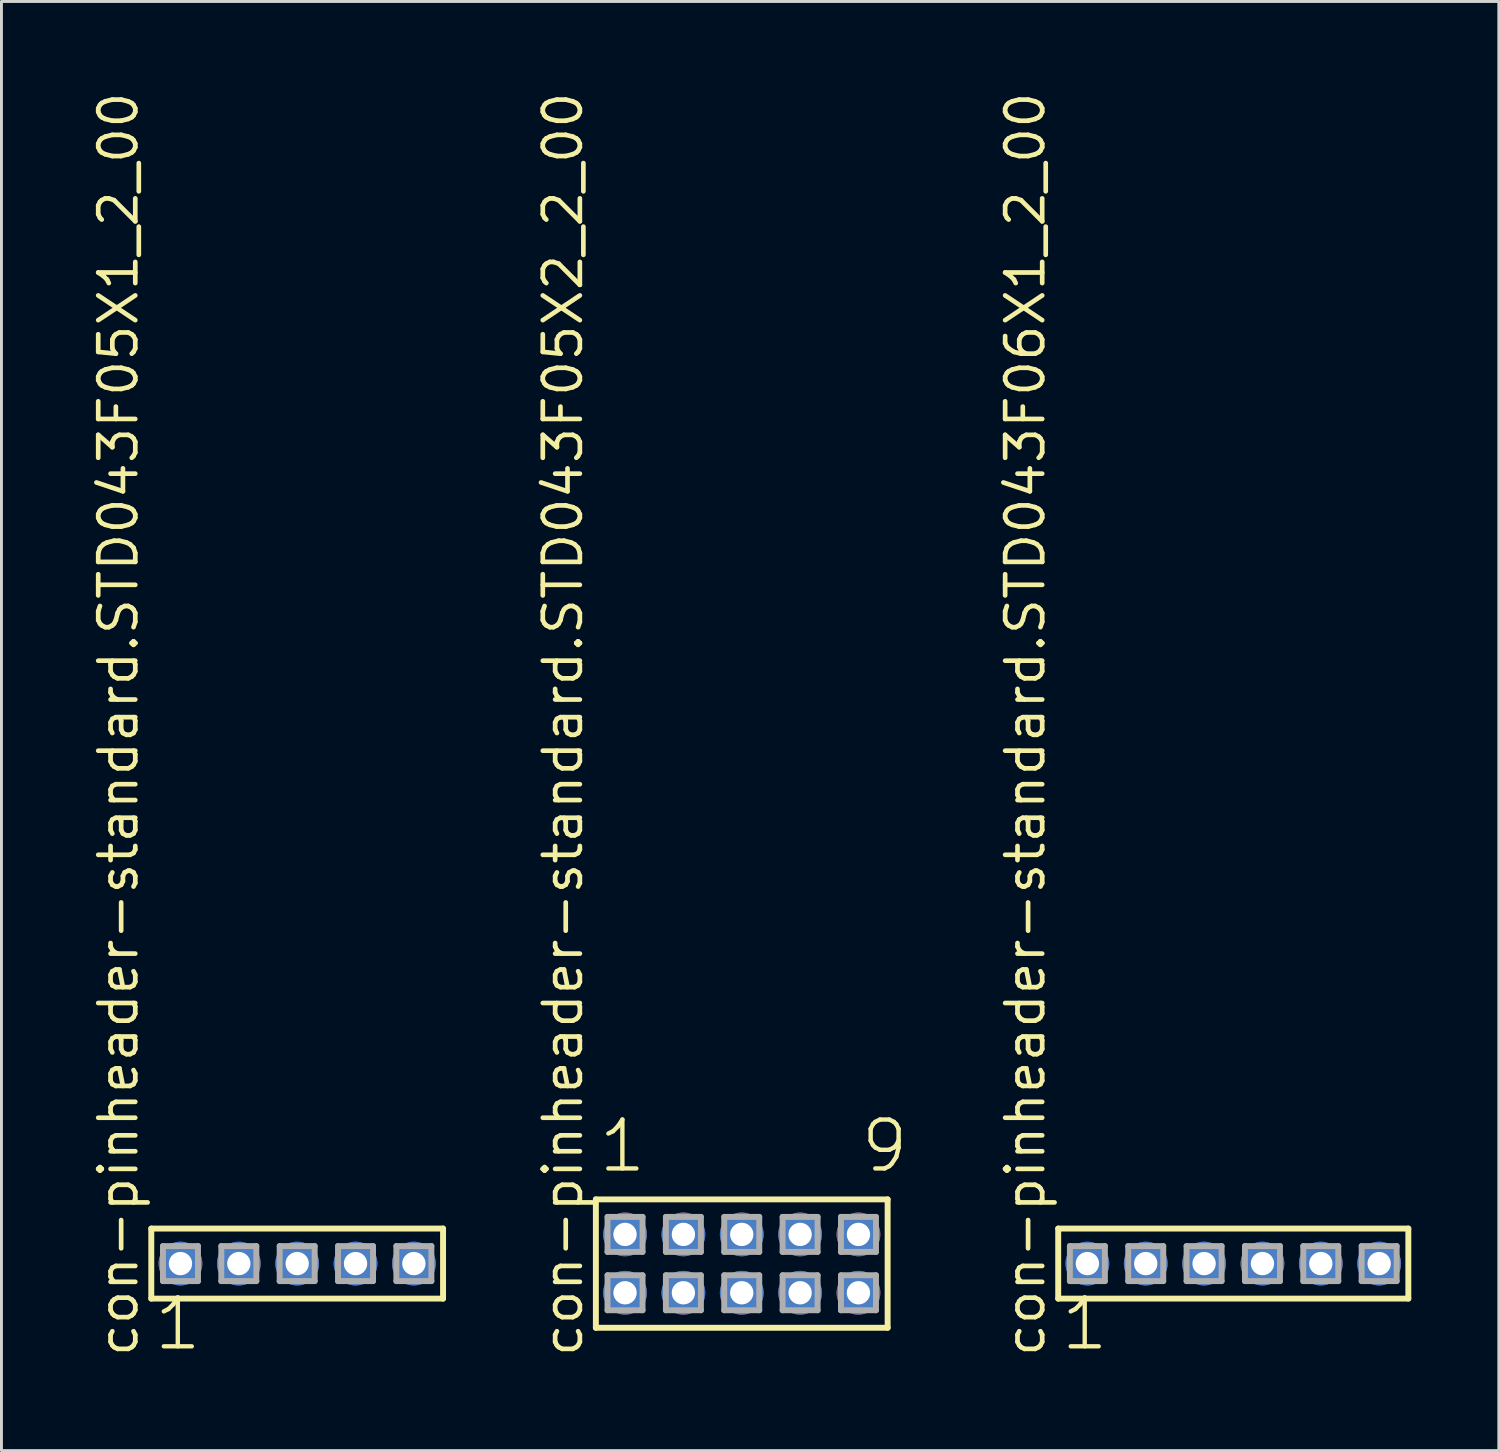
<source format=kicad_pcb>
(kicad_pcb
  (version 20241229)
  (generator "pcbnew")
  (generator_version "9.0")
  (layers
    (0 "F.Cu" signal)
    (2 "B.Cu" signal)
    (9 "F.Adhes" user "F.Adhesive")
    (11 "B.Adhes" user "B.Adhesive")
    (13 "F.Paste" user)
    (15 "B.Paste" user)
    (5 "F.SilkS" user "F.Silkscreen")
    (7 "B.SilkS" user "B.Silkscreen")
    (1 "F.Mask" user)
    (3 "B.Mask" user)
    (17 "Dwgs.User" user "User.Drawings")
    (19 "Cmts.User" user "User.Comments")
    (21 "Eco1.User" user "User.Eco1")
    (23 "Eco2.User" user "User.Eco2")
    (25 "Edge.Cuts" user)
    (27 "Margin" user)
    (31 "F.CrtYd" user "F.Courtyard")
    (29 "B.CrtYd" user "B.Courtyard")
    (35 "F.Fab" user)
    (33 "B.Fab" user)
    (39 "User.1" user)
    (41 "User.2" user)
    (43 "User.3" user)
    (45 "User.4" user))
  (footprint "con-pinheader-standard.STD043F05X2_2_00"
    (layer "F.Cu")
    (at 22.372 40.257)
    (property "Reference" "con-pinheader-standard.STD043F05X2_2_00" (at -5.385 3.27 90) (layer "F.SilkS") (effects (font (size 1.27 1.27) (thickness 0.16)) (justify left bottom)))
    (attr through_hole)
    (fp_line (start -5 -2.2) (end 5 -2.2) (stroke (width 0.203) (type default)) (layer "F.SilkS"))
    (fp_line (start -5 2.2) (end -5 -2.2) (stroke (width 0.203) (type default)) (layer "F.SilkS"))
    (fp_line (start 5 -2.2) (end 5 2.2) (stroke (width 0.203) (type default)) (layer "F.SilkS"))
    (fp_line (start 5 2.2) (end -5 2.2) (stroke (width 0.203) (type default)) (layer "F.SilkS"))
    (fp_line (start -4.6 -1.6) (end -3.4 -1.6) (stroke (width 0.203) (type default)) (layer "F.Fab"))
    (fp_line (start -4.6 -0.4) (end -4.6 -1.6) (stroke (width 0.203) (type default)) (layer "F.Fab"))
    (fp_line (start -4.6 0.4) (end -3.4 0.4) (stroke (width 0.203) (type default)) (layer "F.Fab"))
    (fp_line (start -4.6 1.6) (end -4.6 0.4) (stroke (width 0.203) (type default)) (layer "F.Fab"))
    (fp_line (start -3.4 -1.6) (end -3.4 -0.4) (stroke (width 0.203) (type default)) (layer "F.Fab"))
    (fp_line (start -3.4 -0.4) (end -4.6 -0.4) (stroke (width 0.203) (type default)) (layer "F.Fab"))
    (fp_line (start -3.4 0.4) (end -3.4 1.6) (stroke (width 0.203) (type default)) (layer "F.Fab"))
    (fp_line (start -3.4 1.6) (end -4.6 1.6) (stroke (width 0.203) (type default)) (layer "F.Fab"))
    (fp_line (start -2.6 -1.6) (end -1.4 -1.6) (stroke (width 0.203) (type default)) (layer "F.Fab"))
    (fp_line (start -2.6 -0.4) (end -2.6 -1.6) (stroke (width 0.203) (type default)) (layer "F.Fab"))
    (fp_line (start -2.6 0.4) (end -1.4 0.4) (stroke (width 0.203) (type default)) (layer "F.Fab"))
    (fp_line (start -2.6 1.6) (end -2.6 0.4) (stroke (width 0.203) (type default)) (layer "F.Fab"))
    (fp_line (start -1.4 -1.6) (end -1.4 -0.4) (stroke (width 0.203) (type default)) (layer "F.Fab"))
    (fp_line (start -1.4 -0.4) (end -2.6 -0.4) (stroke (width 0.203) (type default)) (layer "F.Fab"))
    (fp_line (start -1.4 0.4) (end -1.4 1.6) (stroke (width 0.203) (type default)) (layer "F.Fab"))
    (fp_line (start -1.4 1.6) (end -2.6 1.6) (stroke (width 0.203) (type default)) (layer "F.Fab"))
    (fp_line (start -0.6 -1.6) (end 0.6 -1.6) (stroke (width 0.203) (type default)) (layer "F.Fab"))
    (fp_line (start -0.6 -0.4) (end -0.6 -1.6) (stroke (width 0.203) (type default)) (layer "F.Fab"))
    (fp_line (start -0.6 0.4) (end 0.6 0.4) (stroke (width 0.203) (type default)) (layer "F.Fab"))
    (fp_line (start -0.6 1.6) (end -0.6 0.4) (stroke (width 0.203) (type default)) (layer "F.Fab"))
    (fp_line (start 0.6 -1.6) (end 0.6 -0.4) (stroke (width 0.203) (type default)) (layer "F.Fab"))
    (fp_line (start 0.6 -0.4) (end -0.6 -0.4) (stroke (width 0.203) (type default)) (layer "F.Fab"))
    (fp_line (start 0.6 0.4) (end 0.6 1.6) (stroke (width 0.203) (type default)) (layer "F.Fab"))
    (fp_line (start 0.6 1.6) (end -0.6 1.6) (stroke (width 0.203) (type default)) (layer "F.Fab"))
    (fp_line (start 1.4 -1.6) (end 2.6 -1.6) (stroke (width 0.203) (type default)) (layer "F.Fab"))
    (fp_line (start 1.4 -0.4) (end 1.4 -1.6) (stroke (width 0.203) (type default)) (layer "F.Fab"))
    (fp_line (start 1.4 0.4) (end 2.6 0.4) (stroke (width 0.203) (type default)) (layer "F.Fab"))
    (fp_line (start 1.4 1.6) (end 1.4 0.4) (stroke (width 0.203) (type default)) (layer "F.Fab"))
    (fp_line (start 2.6 -1.6) (end 2.6 -0.4) (stroke (width 0.203) (type default)) (layer "F.Fab"))
    (fp_line (start 2.6 -0.4) (end 1.4 -0.4) (stroke (width 0.203) (type default)) (layer "F.Fab"))
    (fp_line (start 2.6 0.4) (end 2.6 1.6) (stroke (width 0.203) (type default)) (layer "F.Fab"))
    (fp_line (start 2.6 1.6) (end 1.4 1.6) (stroke (width 0.203) (type default)) (layer "F.Fab"))
    (fp_line (start 3.4 -1.6) (end 4.6 -1.6) (stroke (width 0.203) (type default)) (layer "F.Fab"))
    (fp_line (start 3.4 -0.4) (end 3.4 -1.6) (stroke (width 0.203) (type default)) (layer "F.Fab"))
    (fp_line (start 3.4 0.4) (end 4.6 0.4) (stroke (width 0.203) (type default)) (layer "F.Fab"))
    (fp_line (start 3.4 1.6) (end 3.4 0.4) (stroke (width 0.203) (type default)) (layer "F.Fab"))
    (fp_line (start 4.6 -1.6) (end 4.6 -0.4) (stroke (width 0.203) (type default)) (layer "F.Fab"))
    (fp_line (start 4.6 -0.4) (end 3.4 -0.4) (stroke (width 0.203) (type default)) (layer "F.Fab"))
    (fp_line (start 4.6 0.4) (end 4.6 1.6) (stroke (width 0.203) (type default)) (layer "F.Fab"))
    (fp_line (start 4.6 1.6) (end 3.4 1.6) (stroke (width 0.203) (type default)) (layer "F.Fab"))
    (fp_text user "1" (at -4.988 -3.048 0) (layer "F.SilkS") (effects (font (size 1.676 1.676) (thickness 0.15)) (justify left bottom)))
    (fp_text user "9" (at 4 -3.048 0) (layer "F.SilkS") (effects (font (size 1.676 1.676) (thickness 0.15)) (justify left bottom)))
    (pad "1" thru_hole circle (at -4 -1) (size 1.5 1.5) (drill 0.8) (layers "*.Cu" "*.Mask"))
    (pad "2" thru_hole circle (at -4 1) (size 1.5 1.5) (drill 0.8) (layers "*.Cu" "*.Mask"))
    (pad "3" thru_hole circle (at -2 -1) (size 1.5 1.5) (drill 0.8) (layers "*.Cu" "*.Mask"))
    (pad "4" thru_hole circle (at -2 1) (size 1.5 1.5) (drill 0.8) (layers "*.Cu" "*.Mask"))
    (pad "5" thru_hole circle (at 0 -1) (size 1.5 1.5) (drill 0.8) (layers "*.Cu" "*.Mask"))
    (pad "6" thru_hole circle (at 0 1) (size 1.5 1.5) (drill 0.8) (layers "*.Cu" "*.Mask"))
    (pad "7" thru_hole circle (at 2 -1) (size 1.5 1.5) (drill 0.8) (layers "*.Cu" "*.Mask"))
    (pad "8" thru_hole circle (at 2 1) (size 1.5 1.5) (drill 0.8) (layers "*.Cu" "*.Mask"))
    (pad "9" thru_hole circle (at 4 -1) (size 1.5 1.5) (drill 0.8) (layers "*.Cu" "*.Mask"))
    (pad "10" thru_hole circle (at 4 1) (size 1.5 1.5) (drill 0.8) (layers "*.Cu" "*.Mask")))
  (footprint "con-pinheader-standard.STD043F06X1_2_00"
    (layer "F.Cu")
    (at 39.218 40.257)
    (property "Reference" "con-pinheader-standard.STD043F06X1_2_00" (at -6.385 3.27 90) (layer "F.SilkS") (effects (font (size 1.27 1.27) (thickness 0.16)) (justify left bottom)))
    (attr through_hole)
    (fp_line (start -6 -1.2) (end 6 -1.2) (stroke (width 0.203) (type default)) (layer "F.SilkS"))
    (fp_line (start -6 1.2) (end -6 -1.2) (stroke (width 0.203) (type default)) (layer "F.SilkS"))
    (fp_line (start 6 -1.2) (end 6 1.2) (stroke (width 0.203) (type default)) (layer "F.SilkS"))
    (fp_line (start 6 1.2) (end -6 1.2) (stroke (width 0.203) (type default)) (layer "F.SilkS"))
    (fp_line (start -5.6 -0.6) (end -4.4 -0.6) (stroke (width 0.203) (type default)) (layer "F.Fab"))
    (fp_line (start -5.6 0.6) (end -5.6 -0.6) (stroke (width 0.203) (type default)) (layer "F.Fab"))
    (fp_line (start -4.4 -0.6) (end -4.4 0.6) (stroke (width 0.203) (type default)) (layer "F.Fab"))
    (fp_line (start -4.4 0.6) (end -5.6 0.6) (stroke (width 0.203) (type default)) (layer "F.Fab"))
    (fp_line (start -3.6 -0.6) (end -2.4 -0.6) (stroke (width 0.203) (type default)) (layer "F.Fab"))
    (fp_line (start -3.6 0.6) (end -3.6 -0.6) (stroke (width 0.203) (type default)) (layer "F.Fab"))
    (fp_line (start -2.4 -0.6) (end -2.4 0.6) (stroke (width 0.203) (type default)) (layer "F.Fab"))
    (fp_line (start -2.4 0.6) (end -3.6 0.6) (stroke (width 0.203) (type default)) (layer "F.Fab"))
    (fp_line (start -1.6 -0.6) (end -0.4 -0.6) (stroke (width 0.203) (type default)) (layer "F.Fab"))
    (fp_line (start -1.6 0.6) (end -1.6 -0.6) (stroke (width 0.203) (type default)) (layer "F.Fab"))
    (fp_line (start -0.4 -0.6) (end -0.4 0.6) (stroke (width 0.203) (type default)) (layer "F.Fab"))
    (fp_line (start -0.4 0.6) (end -1.6 0.6) (stroke (width 0.203) (type default)) (layer "F.Fab"))
    (fp_line (start 0.4 -0.6) (end 1.6 -0.6) (stroke (width 0.203) (type default)) (layer "F.Fab"))
    (fp_line (start 0.4 0.6) (end 0.4 -0.6) (stroke (width 0.203) (type default)) (layer "F.Fab"))
    (fp_line (start 1.6 -0.6) (end 1.6 0.6) (stroke (width 0.203) (type default)) (layer "F.Fab"))
    (fp_line (start 1.6 0.6) (end 0.4 0.6) (stroke (width 0.203) (type default)) (layer "F.Fab"))
    (fp_line (start 2.4 -0.6) (end 3.6 -0.6) (stroke (width 0.203) (type default)) (layer "F.Fab"))
    (fp_line (start 2.4 0.6) (end 2.4 -0.6) (stroke (width 0.203) (type default)) (layer "F.Fab"))
    (fp_line (start 3.6 -0.6) (end 3.6 0.6) (stroke (width 0.203) (type default)) (layer "F.Fab"))
    (fp_line (start 3.6 0.6) (end 2.4 0.6) (stroke (width 0.203) (type default)) (layer "F.Fab"))
    (fp_line (start 4.4 -0.6) (end 5.6 -0.6) (stroke (width 0.203) (type default)) (layer "F.Fab"))
    (fp_line (start 4.4 0.6) (end 4.4 -0.6) (stroke (width 0.203) (type default)) (layer "F.Fab"))
    (fp_line (start 5.6 -0.6) (end 5.6 0.6) (stroke (width 0.203) (type default)) (layer "F.Fab"))
    (fp_line (start 5.6 0.6) (end 4.4 0.6) (stroke (width 0.203) (type default)) (layer "F.Fab"))
    (fp_text user "1" (at -5.988 3.048 0) (layer "F.SilkS") (effects (font (size 1.676 1.676) (thickness 0.15)) (justify left bottom)))
    (pad "1" thru_hole circle (at -5 0) (size 1.5 1.5) (drill 0.8) (layers "*.Cu" "*.Mask"))
    (pad "2" thru_hole circle (at -3 0) (size 1.5 1.5) (drill 0.8) (layers "*.Cu" "*.Mask"))
    (pad "3" thru_hole circle (at -1 0) (size 1.5 1.5) (drill 0.8) (layers "*.Cu" "*.Mask"))
    (pad "4" thru_hole circle (at 1 0) (size 1.5 1.5) (drill 0.8) (layers "*.Cu" "*.Mask"))
    (pad "5" thru_hole circle (at 3 0) (size 1.5 1.5) (drill 0.8) (layers "*.Cu" "*.Mask"))
    (pad "6" thru_hole circle (at 5 0) (size 1.5 1.5) (drill 0.8) (layers "*.Cu" "*.Mask")))
  (footprint "con-pinheader-standard.STD043F05X1_2_00"
    (layer "F.Cu")
    (at 7.135 40.257)
    (property "Reference" "con-pinheader-standard.STD043F05X1_2_00" (at -5.385 3.27 90) (layer "F.SilkS") (effects (font (size 1.27 1.27) (thickness 0.16)) (justify left bottom)))
    (attr through_hole)
    (fp_line (start -5 -1.2) (end 5 -1.2) (stroke (width 0.203) (type default)) (layer "F.SilkS"))
    (fp_line (start -5 1.2) (end -5 -1.2) (stroke (width 0.203) (type default)) (layer "F.SilkS"))
    (fp_line (start 5 -1.2) (end 5 1.2) (stroke (width 0.203) (type default)) (layer "F.SilkS"))
    (fp_line (start 5 1.2) (end -5 1.2) (stroke (width 0.203) (type default)) (layer "F.SilkS"))
    (fp_line (start -4.6 -0.6) (end -3.4 -0.6) (stroke (width 0.203) (type default)) (layer "F.Fab"))
    (fp_line (start -4.6 0.6) (end -4.6 -0.6) (stroke (width 0.203) (type default)) (layer "F.Fab"))
    (fp_line (start -3.4 -0.6) (end -3.4 0.6) (stroke (width 0.203) (type default)) (layer "F.Fab"))
    (fp_line (start -3.4 0.6) (end -4.6 0.6) (stroke (width 0.203) (type default)) (layer "F.Fab"))
    (fp_line (start -2.6 -0.6) (end -1.4 -0.6) (stroke (width 0.203) (type default)) (layer "F.Fab"))
    (fp_line (start -2.6 0.6) (end -2.6 -0.6) (stroke (width 0.203) (type default)) (layer "F.Fab"))
    (fp_line (start -1.4 -0.6) (end -1.4 0.6) (stroke (width 0.203) (type default)) (layer "F.Fab"))
    (fp_line (start -1.4 0.6) (end -2.6 0.6) (stroke (width 0.203) (type default)) (layer "F.Fab"))
    (fp_line (start -0.6 -0.6) (end 0.6 -0.6) (stroke (width 0.203) (type default)) (layer "F.Fab"))
    (fp_line (start -0.6 0.6) (end -0.6 -0.6) (stroke (width 0.203) (type default)) (layer "F.Fab"))
    (fp_line (start 0.6 -0.6) (end 0.6 0.6) (stroke (width 0.203) (type default)) (layer "F.Fab"))
    (fp_line (start 0.6 0.6) (end -0.6 0.6) (stroke (width 0.203) (type default)) (layer "F.Fab"))
    (fp_line (start 1.4 -0.6) (end 2.6 -0.6) (stroke (width 0.203) (type default)) (layer "F.Fab"))
    (fp_line (start 1.4 0.6) (end 1.4 -0.6) (stroke (width 0.203) (type default)) (layer "F.Fab"))
    (fp_line (start 2.6 -0.6) (end 2.6 0.6) (stroke (width 0.203) (type default)) (layer "F.Fab"))
    (fp_line (start 2.6 0.6) (end 1.4 0.6) (stroke (width 0.203) (type default)) (layer "F.Fab"))
    (fp_line (start 3.4 -0.6) (end 4.6 -0.6) (stroke (width 0.203) (type default)) (layer "F.Fab"))
    (fp_line (start 3.4 0.6) (end 3.4 -0.6) (stroke (width 0.203) (type default)) (layer "F.Fab"))
    (fp_line (start 4.6 -0.6) (end 4.6 0.6) (stroke (width 0.203) (type default)) (layer "F.Fab"))
    (fp_line (start 4.6 0.6) (end 3.4 0.6) (stroke (width 0.203) (type default)) (layer "F.Fab"))
    (fp_text user "1" (at -4.988 3.048 0) (layer "F.SilkS") (effects (font (size 1.676 1.676) (thickness 0.15)) (justify left bottom)))
    (pad "1" thru_hole circle (at -4 0) (size 1.5 1.5) (drill 0.8) (layers "*.Cu" "*.Mask"))
    (pad "2" thru_hole circle (at -2 0) (size 1.5 1.5) (drill 0.8) (layers "*.Cu" "*.Mask"))
    (pad "3" thru_hole circle (at 0 0) (size 1.5 1.5) (drill 0.8) (layers "*.Cu" "*.Mask"))
    (pad "4" thru_hole circle (at 2 0) (size 1.5 1.5) (drill 0.8) (layers "*.Cu" "*.Mask"))
    (pad "5" thru_hole circle (at 4 0) (size 1.5 1.5) (drill 0.8) (layers "*.Cu" "*.Mask")))
  (gr_rect
    (start -3 -3)
    (end 48.319 46.666)
    (stroke (width 0.1) (type default))
    (fill no)
    (layer "Edge.Cuts")))
</source>
